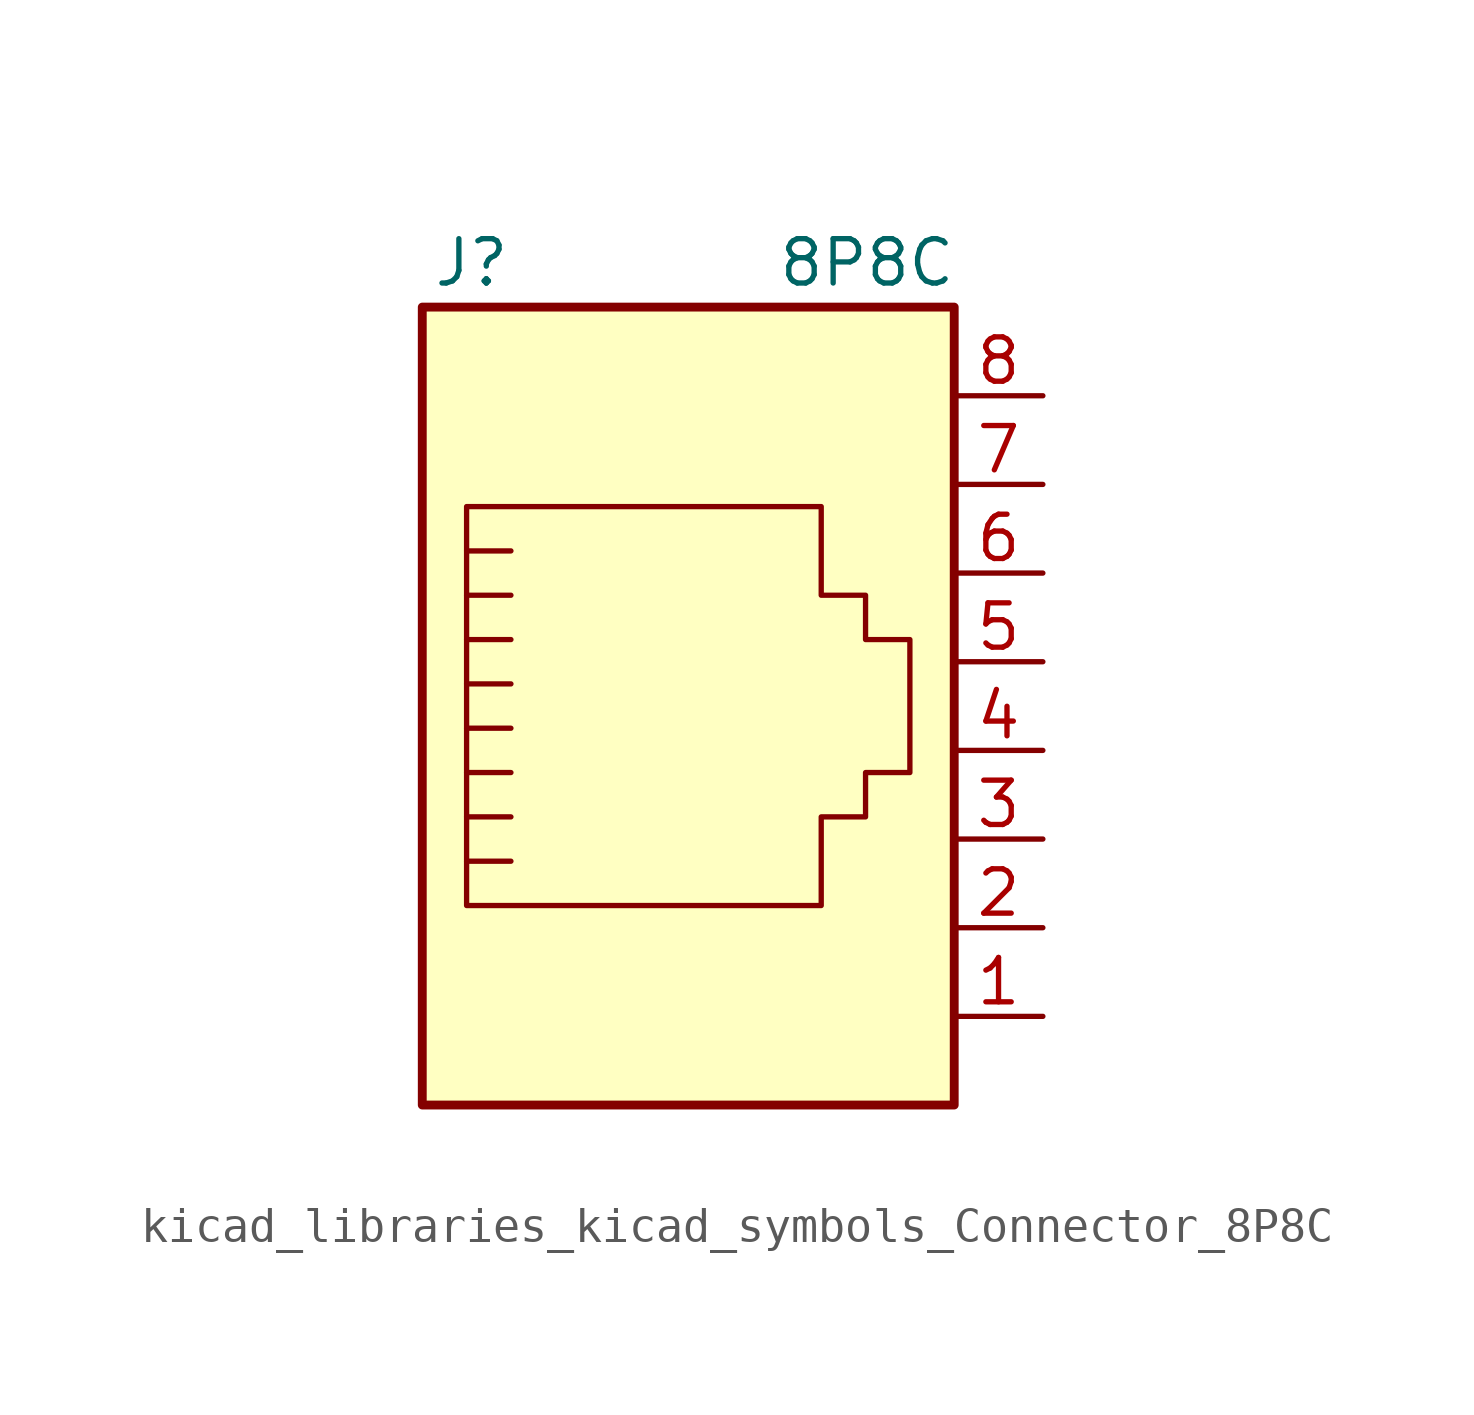
<source format=kicad_sym>
(kicad_symbol_lib
  (version 20220914)
  (generator kicad_symbol_editor)
  (symbol "kicad_libraries_kicad_symbols_Connector_8P8C"
    (pin_names
      (offset 1.016))
    (property "Reference" "J"
      (at -5.08 13.97 0)
      (effects (font (size 1.27 1.27)) (justify right)))
    (property "Value" "8P8C"
      (at 2.54 13.97 0)
      (effects (font (size 1.27 1.27)) (justify left)))
    (symbol "kicad_libraries_kicad_symbols_Connector_8P8C_0_1"
      (polyline (pts (xy -5.08 4.445) (xy -6.35 4.445)) (stroke (width 0) (type default)) (fill (type none)))
      (polyline (pts (xy -5.08 5.715) (xy -6.35 5.715)) (stroke (width 0) (type default)) (fill (type none)))
      (polyline (pts (xy -6.35 -3.175) (xy -5.08 -3.175) (xy -5.08 -3.175)) (stroke (width 0) (type default)) (fill (type none)))
      (polyline (pts (xy -6.35 -1.905) (xy -5.08 -1.905) (xy -5.08 -1.905)) (stroke (width 0) (type default)) (fill (type none)))
      (polyline (pts (xy -6.35 -0.635) (xy -5.08 -0.635) (xy -5.08 -0.635)) (stroke (width 0) (type default)) (fill (type none)))
      (polyline (pts (xy -6.35 0.635) (xy -5.08 0.635) (xy -5.08 0.635)) (stroke (width 0) (type default)) (fill (type none)))
      (polyline (pts (xy -6.35 1.905) (xy -5.08 1.905) (xy -5.08 1.905)) (stroke (width 0) (type default)) (fill (type none)))
      (polyline (pts (xy -5.08 3.175) (xy -6.35 3.175) (xy -6.35 3.175)) (stroke (width 0) (type default)) (fill (type none)))
      (polyline (pts (xy -6.35 -4.445) (xy -6.35 6.985) (xy 3.81 6.985) (xy 3.81 4.445) (xy 5.08 4.445) (xy 5.08 3.175) (xy 6.35 3.175) (xy 6.35 -0.635) (xy 5.08 -0.635) (xy 5.08 -1.905) (xy 3.81 -1.905) (xy 3.81 -4.445) (xy -6.35 -4.445) (xy -6.35 -4.445)) (stroke (width 0) (type default)) (fill (type none)))
      (rectangle (start 7.62 12.7) (end -7.62 -10.16) (stroke (width 0.254) (type default)) (fill (type background))))
    (symbol "kicad_libraries_kicad_symbols_Connector_8P8C_1_1"
      (pin passive line (at 10.16 -7.62 180) (length 2.54) (name "~" (effects (font (size 1.27 1.27)))) (number "1" (effects (font (size 1.27 1.27)))))
      (pin passive line (at 10.16 -5.08 180) (length 2.54) (name "~" (effects (font (size 1.27 1.27)))) (number "2" (effects (font (size 1.27 1.27)))))
      (pin passive line (at 10.16 -2.54 180) (length 2.54) (name "~" (effects (font (size 1.27 1.27)))) (number "3" (effects (font (size 1.27 1.27)))))
      (pin passive line (at 10.16 0 180) (length 2.54) (name "~" (effects (font (size 1.27 1.27)))) (number "4" (effects (font (size 1.27 1.27)))))
      (pin passive line (at 10.16 2.54 180) (length 2.54) (name "~" (effects (font (size 1.27 1.27)))) (number "5" (effects (font (size 1.27 1.27)))))
      (pin passive line (at 10.16 5.08 180) (length 2.54) (name "~" (effects (font (size 1.27 1.27)))) (number "6" (effects (font (size 1.27 1.27)))))
      (pin passive line (at 10.16 7.62 180) (length 2.54) (name "~" (effects (font (size 1.27 1.27)))) (number "7" (effects (font (size 1.27 1.27)))))
      (pin passive line (at 10.16 10.16 180) (length 2.54) (name "~" (effects (font (size 1.27 1.27)))) (number "8" (effects (font (size 1.27 1.27))))))))
</source>
